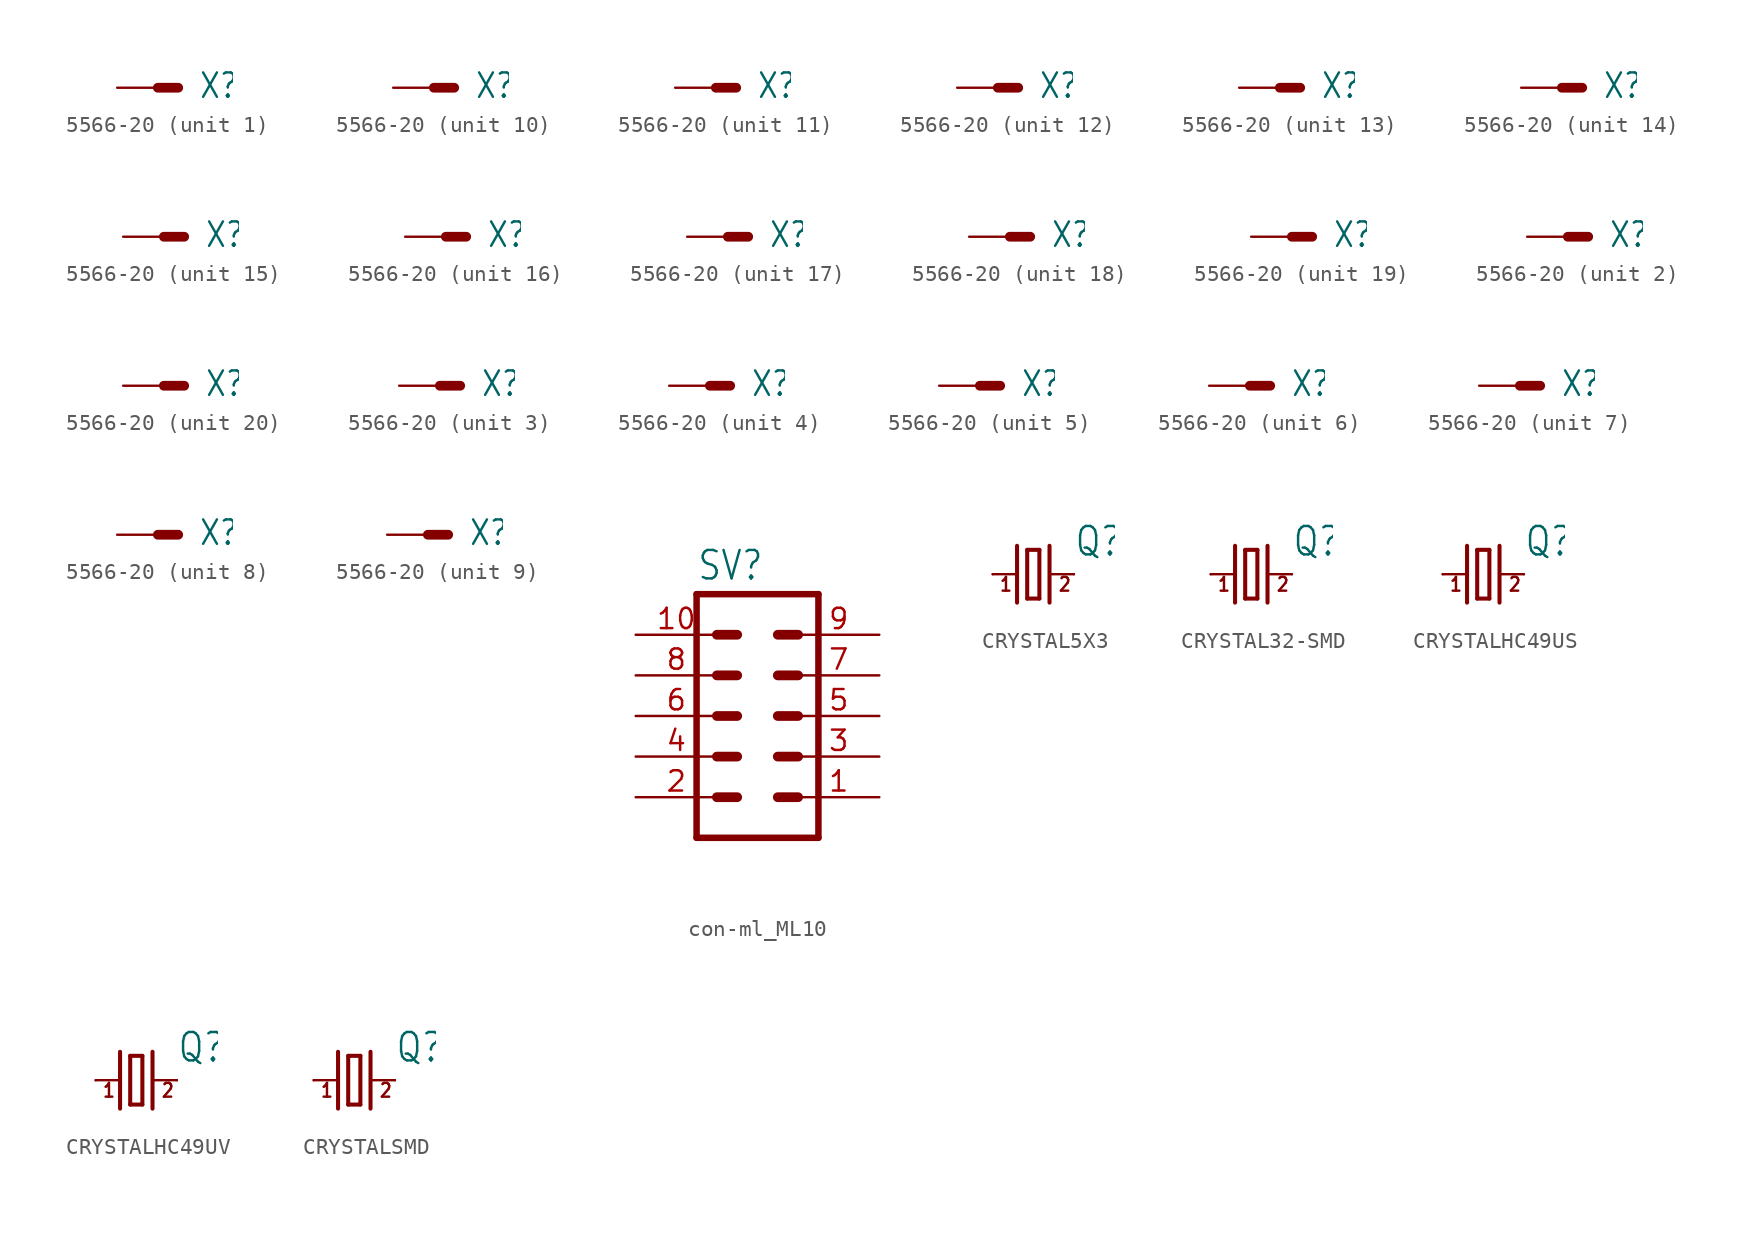
<source format=kicad_sym>
(kicad_symbol_lib
  (version 20231120)
  (generator "kicad_symbol_editor")
  (generator_version "8.0")
  (symbol "5566-20"
    (property "Reference" "X"
      (at 2.54 -0.762 0)
      (effects (font (size 1.524 1.295)) (justify left bottom)))
    (property "ki_locked" ""
      (at 0 0 0)
      (effects (font (size 1.27 1.27))))
    (symbol "5566-20_1_0"
      (polyline (pts (xy 1.27 0) (xy 0 0)) (stroke (width 0.61) (type solid)) (fill (type none)))
      (pin passive line (at -2.54 0 0) (length 2.54) (name "S" (effects (font (size 0 0)))) (number "1" (effects (font (size 0 0))))))
    (symbol "5566-20_2_0"
      (polyline (pts (xy 1.27 0) (xy 0 0)) (stroke (width 0.61) (type solid)) (fill (type none)))
      (pin passive line (at -2.54 0 0) (length 2.54) (name "S" (effects (font (size 0 0)))) (number "2" (effects (font (size 0 0))))))
    (symbol "5566-20_3_0"
      (polyline (pts (xy 1.27 0) (xy 0 0)) (stroke (width 0.61) (type solid)) (fill (type none)))
      (pin passive line (at -2.54 0 0) (length 2.54) (name "S" (effects (font (size 0 0)))) (number "3" (effects (font (size 0 0))))))
    (symbol "5566-20_4_0"
      (polyline (pts (xy 1.27 0) (xy 0 0)) (stroke (width 0.61) (type solid)) (fill (type none)))
      (pin passive line (at -2.54 0 0) (length 2.54) (name "S" (effects (font (size 0 0)))) (number "4" (effects (font (size 0 0))))))
    (symbol "5566-20_5_0"
      (polyline (pts (xy 1.27 0) (xy 0 0)) (stroke (width 0.61) (type solid)) (fill (type none)))
      (pin passive line (at -2.54 0 0) (length 2.54) (name "S" (effects (font (size 0 0)))) (number "5" (effects (font (size 0 0))))))
    (symbol "5566-20_6_0"
      (polyline (pts (xy 1.27 0) (xy 0 0)) (stroke (width 0.61) (type solid)) (fill (type none)))
      (pin passive line (at -2.54 0 0) (length 2.54) (name "S" (effects (font (size 0 0)))) (number "6" (effects (font (size 0 0))))))
    (symbol "5566-20_7_0"
      (polyline (pts (xy 1.27 0) (xy 0 0)) (stroke (width 0.61) (type solid)) (fill (type none)))
      (pin passive line (at -2.54 0 0) (length 2.54) (name "S" (effects (font (size 0 0)))) (number "7" (effects (font (size 0 0))))))
    (symbol "5566-20_8_0"
      (polyline (pts (xy 1.27 0) (xy 0 0)) (stroke (width 0.61) (type solid)) (fill (type none)))
      (pin passive line (at -2.54 0 0) (length 2.54) (name "S" (effects (font (size 0 0)))) (number "8" (effects (font (size 0 0))))))
    (symbol "5566-20_9_0"
      (polyline (pts (xy 1.27 0) (xy 0 0)) (stroke (width 0.61) (type solid)) (fill (type none)))
      (pin passive line (at -2.54 0 0) (length 2.54) (name "S" (effects (font (size 0 0)))) (number "9" (effects (font (size 0 0))))))
    (symbol "5566-20_10_0"
      (polyline (pts (xy 1.27 0) (xy 0 0)) (stroke (width 0.61) (type solid)) (fill (type none)))
      (pin passive line (at -2.54 0 0) (length 2.54) (name "S" (effects (font (size 0 0)))) (number "10" (effects (font (size 0 0))))))
    (symbol "5566-20_11_0"
      (polyline (pts (xy 1.27 0) (xy 0 0)) (stroke (width 0.61) (type solid)) (fill (type none)))
      (pin passive line (at -2.54 0 0) (length 2.54) (name "S" (effects (font (size 0 0)))) (number "11" (effects (font (size 0 0))))))
    (symbol "5566-20_12_0"
      (polyline (pts (xy 1.27 0) (xy 0 0)) (stroke (width 0.61) (type solid)) (fill (type none)))
      (pin passive line (at -2.54 0 0) (length 2.54) (name "S" (effects (font (size 0 0)))) (number "12" (effects (font (size 0 0))))))
    (symbol "5566-20_13_0"
      (polyline (pts (xy 1.27 0) (xy 0 0)) (stroke (width 0.61) (type solid)) (fill (type none)))
      (pin passive line (at -2.54 0 0) (length 2.54) (name "S" (effects (font (size 0 0)))) (number "13" (effects (font (size 0 0))))))
    (symbol "5566-20_14_0"
      (polyline (pts (xy 1.27 0) (xy 0 0)) (stroke (width 0.61) (type solid)) (fill (type none)))
      (pin passive line (at -2.54 0 0) (length 2.54) (name "S" (effects (font (size 0 0)))) (number "14" (effects (font (size 0 0))))))
    (symbol "5566-20_15_0"
      (polyline (pts (xy 1.27 0) (xy 0 0)) (stroke (width 0.61) (type solid)) (fill (type none)))
      (pin passive line (at -2.54 0 0) (length 2.54) (name "S" (effects (font (size 0 0)))) (number "15" (effects (font (size 0 0))))))
    (symbol "5566-20_16_0"
      (polyline (pts (xy 1.27 0) (xy 0 0)) (stroke (width 0.61) (type solid)) (fill (type none)))
      (pin passive line (at -2.54 0 0) (length 2.54) (name "S" (effects (font (size 0 0)))) (number "16" (effects (font (size 0 0))))))
    (symbol "5566-20_17_0"
      (polyline (pts (xy 1.27 0) (xy 0 0)) (stroke (width 0.61) (type solid)) (fill (type none)))
      (pin passive line (at -2.54 0 0) (length 2.54) (name "S" (effects (font (size 0 0)))) (number "17" (effects (font (size 0 0))))))
    (symbol "5566-20_18_0"
      (polyline (pts (xy 1.27 0) (xy 0 0)) (stroke (width 0.61) (type solid)) (fill (type none)))
      (pin passive line (at -2.54 0 0) (length 2.54) (name "S" (effects (font (size 0 0)))) (number "18" (effects (font (size 0 0))))))
    (symbol "5566-20_19_0"
      (polyline (pts (xy 1.27 0) (xy 0 0)) (stroke (width 0.61) (type solid)) (fill (type none)))
      (pin passive line (at -2.54 0 0) (length 2.54) (name "S" (effects (font (size 0 0)))) (number "19" (effects (font (size 0 0))))))
    (symbol "5566-20_20_0"
      (polyline (pts (xy 1.27 0) (xy 0 0)) (stroke (width 0.61) (type solid)) (fill (type none)))
      (pin passive line (at -2.54 0 0) (length 2.54) (name "S" (effects (font (size 0 0)))) (number "20" (effects (font (size 0 0)))))))
  (symbol "con-ml_ML10"
    (property "Reference" "SV"
      (at -3.81 8.382 0)
      (effects (font (size 1.778 1.511)) (justify left bottom)))
    (property "Value" ""
      (at -3.81 -10.16 0)
      (effects (font (size 1.778 1.511)) (justify left bottom)))
    (property "ki_locked" ""
      (at 0 0 0)
      (effects (font (size 1.27 1.27))))
    (symbol "con-ml_ML10_1_0"
      (polyline (pts (xy -3.81 7.62) (xy -3.81 -7.62)) (stroke (width 0.406) (type solid)) (fill (type none)))
      (polyline (pts (xy -3.81 7.62) (xy 3.81 7.62)) (stroke (width 0.406) (type solid)) (fill (type none)))
      (polyline (pts (xy -2.54 -5.08) (xy -1.27 -5.08)) (stroke (width 0.61) (type solid)) (fill (type none)))
      (polyline (pts (xy -2.54 -2.54) (xy -1.27 -2.54)) (stroke (width 0.61) (type solid)) (fill (type none)))
      (polyline (pts (xy -2.54 0) (xy -1.27 0)) (stroke (width 0.61) (type solid)) (fill (type none)))
      (polyline (pts (xy -2.54 2.54) (xy -1.27 2.54)) (stroke (width 0.61) (type solid)) (fill (type none)))
      (polyline (pts (xy -2.54 5.08) (xy -1.27 5.08)) (stroke (width 0.61) (type solid)) (fill (type none)))
      (polyline (pts (xy 1.27 -5.08) (xy 2.54 -5.08)) (stroke (width 0.61) (type solid)) (fill (type none)))
      (polyline (pts (xy 1.27 -2.54) (xy 2.54 -2.54)) (stroke (width 0.61) (type solid)) (fill (type none)))
      (polyline (pts (xy 1.27 0) (xy 2.54 0)) (stroke (width 0.61) (type solid)) (fill (type none)))
      (polyline (pts (xy 1.27 2.54) (xy 2.54 2.54)) (stroke (width 0.61) (type solid)) (fill (type none)))
      (polyline (pts (xy 1.27 5.08) (xy 2.54 5.08)) (stroke (width 0.61) (type solid)) (fill (type none)))
      (polyline (pts (xy 3.81 -7.62) (xy -3.81 -7.62)) (stroke (width 0.406) (type solid)) (fill (type none)))
      (polyline (pts (xy 3.81 -7.62) (xy 3.81 7.62)) (stroke (width 0.406) (type solid)) (fill (type none)))
      (pin passive line (at 7.62 -5.08 180) (length 5.08) (name "1" (effects (font (size 0 0)))) (number "1" (effects (font (size 1.27 1.27)))))
      (pin passive line (at -7.62 5.08 0) (length 5.08) (name "10" (effects (font (size 0 0)))) (number "10" (effects (font (size 1.27 1.27)))))
      (pin passive line (at -7.62 -5.08 0) (length 5.08) (name "2" (effects (font (size 0 0)))) (number "2" (effects (font (size 1.27 1.27)))))
      (pin passive line (at 7.62 -2.54 180) (length 5.08) (name "3" (effects (font (size 0 0)))) (number "3" (effects (font (size 1.27 1.27)))))
      (pin passive line (at -7.62 -2.54 0) (length 5.08) (name "4" (effects (font (size 0 0)))) (number "4" (effects (font (size 1.27 1.27)))))
      (pin passive line (at 7.62 0 180) (length 5.08) (name "5" (effects (font (size 0 0)))) (number "5" (effects (font (size 1.27 1.27)))))
      (pin passive line (at -7.62 0 0) (length 5.08) (name "6" (effects (font (size 0 0)))) (number "6" (effects (font (size 1.27 1.27)))))
      (pin passive line (at 7.62 2.54 180) (length 5.08) (name "7" (effects (font (size 0 0)))) (number "7" (effects (font (size 1.27 1.27)))))
      (pin passive line (at -7.62 2.54 0) (length 5.08) (name "8" (effects (font (size 0 0)))) (number "8" (effects (font (size 1.27 1.27)))))
      (pin passive line (at 7.62 5.08 180) (length 5.08) (name "9" (effects (font (size 0 0)))) (number "9" (effects (font (size 1.27 1.27)))))))
  (symbol "CRYSTAL5X3"
    (property "Reference" "Q"
      (at 2.54 1.016 0)
      (effects (font (size 1.778 1.511)) (justify left bottom)))
    (property "Value" ""
      (at 2.54 -2.54 0)
      (effects (font (size 1.778 1.511)) (justify left bottom)))
    (property "ki_locked" ""
      (at 0 0 0)
      (effects (font (size 1.27 1.27))))
    (symbol "CRYSTAL5X3_1_0"
      (polyline (pts (xy -2.54 0) (xy -1.016 0)) (stroke (width 0.152) (type solid)) (fill (type none)))
      (polyline (pts (xy -1.016 1.778) (xy -1.016 -1.778)) (stroke (width 0.254) (type solid)) (fill (type none)))
      (polyline (pts (xy -0.381 -1.524) (xy 0.381 -1.524)) (stroke (width 0.254) (type solid)) (fill (type none)))
      (polyline (pts (xy -0.381 1.524) (xy -0.381 -1.524)) (stroke (width 0.254) (type solid)) (fill (type none)))
      (polyline (pts (xy 0.381 -1.524) (xy 0.381 1.524)) (stroke (width 0.254) (type solid)) (fill (type none)))
      (polyline (pts (xy 0.381 1.524) (xy -0.381 1.524)) (stroke (width 0.254) (type solid)) (fill (type none)))
      (polyline (pts (xy 1.016 0) (xy 2.54 0)) (stroke (width 0.152) (type solid)) (fill (type none)))
      (polyline (pts (xy 1.016 1.778) (xy 1.016 -1.778)) (stroke (width 0.254) (type solid)) (fill (type none)))
      (text "1" (at -2.159 -1.143 0) (effects (font (size 0.864 0.734)) (justify left bottom)))
      (text "2" (at 1.524 -1.143 0) (effects (font (size 0.864 0.734)) (justify left bottom)))
      (pin passive line (at -2.54 0 0) (length 0) (name "1" (effects (font (size 0 0)))) (number "1" (effects (font (size 0 0)))))
      (pin passive line (at 2.54 0 180) (length 0) (name "2" (effects (font (size 0 0)))) (number "3" (effects (font (size 0 0)))))))
  (symbol "CRYSTAL32-SMD"
    (property "Reference" "Q"
      (at 2.54 1.016 0)
      (effects (font (size 1.778 1.511)) (justify left bottom)))
    (property "Value" ""
      (at 2.54 -2.54 0)
      (effects (font (size 1.778 1.511)) (justify left bottom)))
    (property "ki_locked" ""
      (at 0 0 0)
      (effects (font (size 1.27 1.27))))
    (symbol "CRYSTAL32-SMD_1_0"
      (polyline (pts (xy -2.54 0) (xy -1.016 0)) (stroke (width 0.152) (type solid)) (fill (type none)))
      (polyline (pts (xy -1.016 1.778) (xy -1.016 -1.778)) (stroke (width 0.254) (type solid)) (fill (type none)))
      (polyline (pts (xy -0.381 -1.524) (xy 0.381 -1.524)) (stroke (width 0.254) (type solid)) (fill (type none)))
      (polyline (pts (xy -0.381 1.524) (xy -0.381 -1.524)) (stroke (width 0.254) (type solid)) (fill (type none)))
      (polyline (pts (xy 0.381 -1.524) (xy 0.381 1.524)) (stroke (width 0.254) (type solid)) (fill (type none)))
      (polyline (pts (xy 0.381 1.524) (xy -0.381 1.524)) (stroke (width 0.254) (type solid)) (fill (type none)))
      (polyline (pts (xy 1.016 0) (xy 2.54 0)) (stroke (width 0.152) (type solid)) (fill (type none)))
      (polyline (pts (xy 1.016 1.778) (xy 1.016 -1.778)) (stroke (width 0.254) (type solid)) (fill (type none)))
      (text "1" (at -2.159 -1.143 0) (effects (font (size 0.864 0.734)) (justify left bottom)))
      (text "2" (at 1.524 -1.143 0) (effects (font (size 0.864 0.734)) (justify left bottom)))
      (pin passive line (at -2.54 0 0) (length 0) (name "1" (effects (font (size 0 0)))) (number "X1" (effects (font (size 0 0)))))
      (pin passive line (at 2.54 0 180) (length 0) (name "2" (effects (font (size 0 0)))) (number "X2" (effects (font (size 0 0)))))))
  (symbol "CRYSTALHC49US"
    (property "Reference" "Q"
      (at 2.54 1.016 0)
      (effects (font (size 1.778 1.511)) (justify left bottom)))
    (property "Value" ""
      (at 2.54 -2.54 0)
      (effects (font (size 1.778 1.511)) (justify left bottom)))
    (property "ki_locked" ""
      (at 0 0 0)
      (effects (font (size 1.27 1.27))))
    (symbol "CRYSTALHC49US_1_0"
      (polyline (pts (xy -2.54 0) (xy -1.016 0)) (stroke (width 0.152) (type solid)) (fill (type none)))
      (polyline (pts (xy -1.016 1.778) (xy -1.016 -1.778)) (stroke (width 0.254) (type solid)) (fill (type none)))
      (polyline (pts (xy -0.381 -1.524) (xy 0.381 -1.524)) (stroke (width 0.254) (type solid)) (fill (type none)))
      (polyline (pts (xy -0.381 1.524) (xy -0.381 -1.524)) (stroke (width 0.254) (type solid)) (fill (type none)))
      (polyline (pts (xy 0.381 -1.524) (xy 0.381 1.524)) (stroke (width 0.254) (type solid)) (fill (type none)))
      (polyline (pts (xy 0.381 1.524) (xy -0.381 1.524)) (stroke (width 0.254) (type solid)) (fill (type none)))
      (polyline (pts (xy 1.016 0) (xy 2.54 0)) (stroke (width 0.152) (type solid)) (fill (type none)))
      (polyline (pts (xy 1.016 1.778) (xy 1.016 -1.778)) (stroke (width 0.254) (type solid)) (fill (type none)))
      (text "1" (at -2.159 -1.143 0) (effects (font (size 0.864 0.734)) (justify left bottom)))
      (text "2" (at 1.524 -1.143 0) (effects (font (size 0.864 0.734)) (justify left bottom)))
      (pin passive line (at -2.54 0 0) (length 0) (name "1" (effects (font (size 0 0)))) (number "1" (effects (font (size 0 0)))))
      (pin passive line (at 2.54 0 180) (length 0) (name "2" (effects (font (size 0 0)))) (number "2" (effects (font (size 0 0)))))))
  (symbol "CRYSTALHC49UV"
    (property "Reference" "Q"
      (at 2.54 1.016 0)
      (effects (font (size 1.778 1.511)) (justify left bottom)))
    (property "Value" ""
      (at 2.54 -2.54 0)
      (effects (font (size 1.778 1.511)) (justify left bottom)))
    (property "ki_locked" ""
      (at 0 0 0)
      (effects (font (size 1.27 1.27))))
    (symbol "CRYSTALHC49UV_1_0"
      (polyline (pts (xy -2.54 0) (xy -1.016 0)) (stroke (width 0.152) (type solid)) (fill (type none)))
      (polyline (pts (xy -1.016 1.778) (xy -1.016 -1.778)) (stroke (width 0.254) (type solid)) (fill (type none)))
      (polyline (pts (xy -0.381 -1.524) (xy 0.381 -1.524)) (stroke (width 0.254) (type solid)) (fill (type none)))
      (polyline (pts (xy -0.381 1.524) (xy -0.381 -1.524)) (stroke (width 0.254) (type solid)) (fill (type none)))
      (polyline (pts (xy 0.381 -1.524) (xy 0.381 1.524)) (stroke (width 0.254) (type solid)) (fill (type none)))
      (polyline (pts (xy 0.381 1.524) (xy -0.381 1.524)) (stroke (width 0.254) (type solid)) (fill (type none)))
      (polyline (pts (xy 1.016 0) (xy 2.54 0)) (stroke (width 0.152) (type solid)) (fill (type none)))
      (polyline (pts (xy 1.016 1.778) (xy 1.016 -1.778)) (stroke (width 0.254) (type solid)) (fill (type none)))
      (text "1" (at -2.159 -1.143 0) (effects (font (size 0.864 0.734)) (justify left bottom)))
      (text "2" (at 1.524 -1.143 0) (effects (font (size 0.864 0.734)) (justify left bottom)))
      (pin passive line (at -2.54 0 0) (length 0) (name "1" (effects (font (size 0 0)))) (number "1" (effects (font (size 0 0)))))
      (pin passive line (at 2.54 0 180) (length 0) (name "2" (effects (font (size 0 0)))) (number "2" (effects (font (size 0 0)))))))
  (symbol "CRYSTALSMD"
    (property "Reference" "Q"
      (at 2.54 1.016 0)
      (effects (font (size 1.778 1.511)) (justify left bottom)))
    (property "Value" ""
      (at 2.54 -2.54 0)
      (effects (font (size 1.778 1.511)) (justify left bottom)))
    (property "ki_locked" ""
      (at 0 0 0)
      (effects (font (size 1.27 1.27))))
    (symbol "CRYSTALSMD_1_0"
      (polyline (pts (xy -2.54 0) (xy -1.016 0)) (stroke (width 0.152) (type solid)) (fill (type none)))
      (polyline (pts (xy -1.016 1.778) (xy -1.016 -1.778)) (stroke (width 0.254) (type solid)) (fill (type none)))
      (polyline (pts (xy -0.381 -1.524) (xy 0.381 -1.524)) (stroke (width 0.254) (type solid)) (fill (type none)))
      (polyline (pts (xy -0.381 1.524) (xy -0.381 -1.524)) (stroke (width 0.254) (type solid)) (fill (type none)))
      (polyline (pts (xy 0.381 -1.524) (xy 0.381 1.524)) (stroke (width 0.254) (type solid)) (fill (type none)))
      (polyline (pts (xy 0.381 1.524) (xy -0.381 1.524)) (stroke (width 0.254) (type solid)) (fill (type none)))
      (polyline (pts (xy 1.016 0) (xy 2.54 0)) (stroke (width 0.152) (type solid)) (fill (type none)))
      (polyline (pts (xy 1.016 1.778) (xy 1.016 -1.778)) (stroke (width 0.254) (type solid)) (fill (type none)))
      (text "1" (at -2.159 -1.143 0) (effects (font (size 0.864 0.734)) (justify left bottom)))
      (text "2" (at 1.524 -1.143 0) (effects (font (size 0.864 0.734)) (justify left bottom)))
      (pin passive line (at -2.54 0 0) (length 0) (name "1" (effects (font (size 0 0)))) (number "1" (effects (font (size 0 0)))))
      (pin passive line (at 2.54 0 180) (length 0) (name "2" (effects (font (size 0 0)))) (number "2" (effects (font (size 0 0))))))))
</source>
